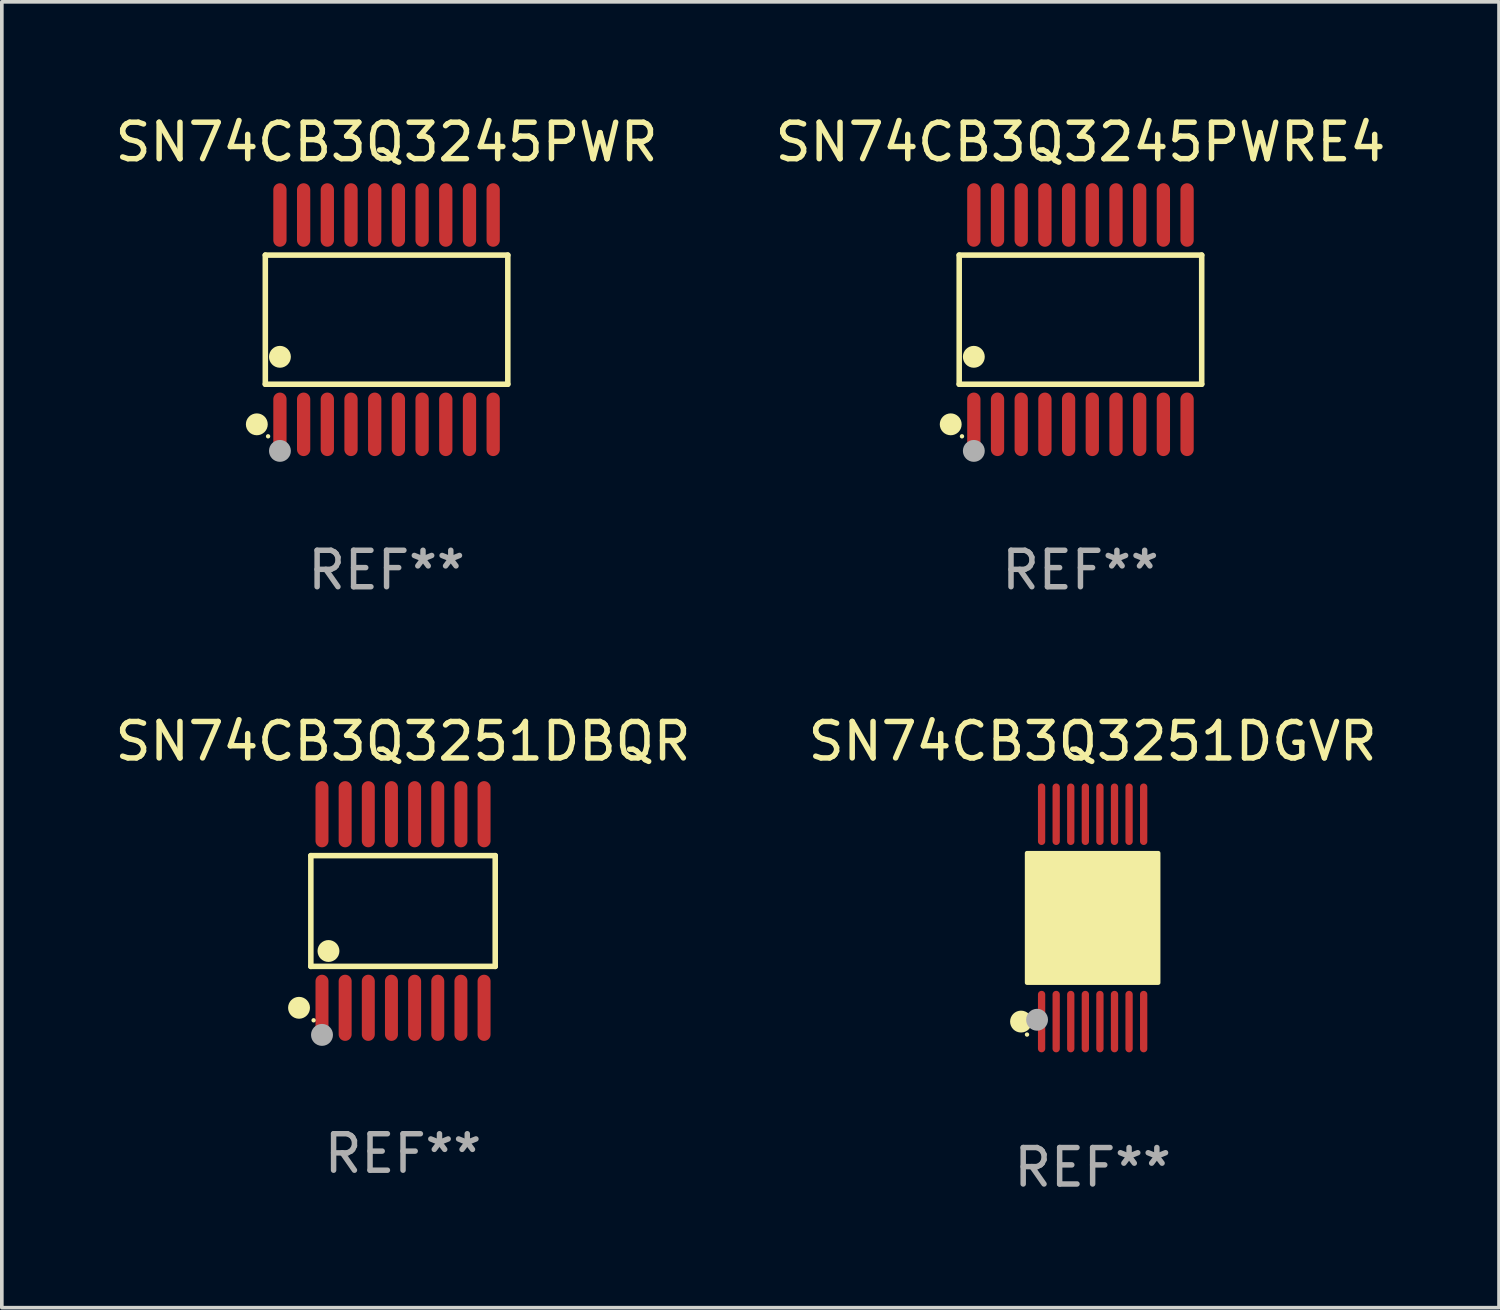
<source format=kicad_pcb>
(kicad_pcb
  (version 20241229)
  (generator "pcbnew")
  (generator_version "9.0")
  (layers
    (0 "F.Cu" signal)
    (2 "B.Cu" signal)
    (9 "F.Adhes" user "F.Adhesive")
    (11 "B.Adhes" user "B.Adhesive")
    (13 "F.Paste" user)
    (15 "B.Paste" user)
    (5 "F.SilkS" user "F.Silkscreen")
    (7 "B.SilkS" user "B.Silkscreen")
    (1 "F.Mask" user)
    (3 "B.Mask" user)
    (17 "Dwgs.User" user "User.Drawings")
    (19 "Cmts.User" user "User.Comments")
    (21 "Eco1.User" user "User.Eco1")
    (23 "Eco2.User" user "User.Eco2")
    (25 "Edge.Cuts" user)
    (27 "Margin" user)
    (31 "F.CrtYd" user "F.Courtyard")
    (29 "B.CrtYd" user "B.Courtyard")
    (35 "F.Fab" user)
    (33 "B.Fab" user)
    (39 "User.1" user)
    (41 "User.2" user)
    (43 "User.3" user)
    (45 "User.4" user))
  (footprint "SN74CB3Q3245PWR"
    (layer "F.Cu")
    (at 7.554 5.719)
    (property "Reference" "SN74CB3Q3245PWR" (at 0 -4.871 0) (layer "F.SilkS") (effects (font (size 1 1) (thickness 0.15))))
    (attr through_hole)
    (fp_line (start -3.326 -1.771) (end 3.326 -1.771) (stroke (width 0.152) (type solid)) (layer "F.SilkS"))
    (fp_line (start -3.326 1.771) (end -3.326 -1.771) (stroke (width 0.152) (type solid)) (layer "F.SilkS"))
    (fp_line (start 3.326 -1.771) (end 3.326 1.771) (stroke (width 0.152) (type solid)) (layer "F.SilkS"))
    (fp_line (start 3.326 1.771) (end -3.326 1.771) (stroke (width 0.152) (type solid)) (layer "F.SilkS"))
    (fp_circle (center -3.559 2.871) (end -3.409 2.871) (stroke (width 0.3) (type solid)) (fill no) (layer "F.SilkS"))
    (fp_circle (center -3.25 3.2) (end -3.22 3.2) (stroke (width 0.06) (type solid)) (fill no) (layer "F.SilkS"))
    (fp_circle (center -2.925 1.019) (end -2.775 1.019) (stroke (width 0.3) (type solid)) (fill no) (layer "F.SilkS"))
    (fp_circle (center -2.925 3.6) (end -2.775 3.6) (stroke (width 0.3) (type solid)) (fill no) (layer "F.Fab"))
    (fp_text user "REF**" (at 0 6.871 0) (layer "F.Fab") (effects (font (size 1 1) (thickness 0.15))))
    (pad "1" smd oval (at -2.925 2.871) (size 0.364 1.742) (layers "F.Cu" "F.Mask" "F.Paste"))
    (pad "2" smd oval (at -2.275 2.871) (size 0.364 1.742) (layers "F.Cu" "F.Mask" "F.Paste"))
    (pad "3" smd oval (at -1.625 2.871) (size 0.364 1.742) (layers "F.Cu" "F.Mask" "F.Paste"))
    (pad "4" smd oval (at -0.975 2.871) (size 0.364 1.742) (layers "F.Cu" "F.Mask" "F.Paste"))
    (pad "5" smd oval (at -0.325 2.871) (size 0.364 1.742) (layers "F.Cu" "F.Mask" "F.Paste"))
    (pad "6" smd oval (at 0.325 2.871) (size 0.364 1.742) (layers "F.Cu" "F.Mask" "F.Paste"))
    (pad "7" smd oval (at 0.975 2.871) (size 0.364 1.742) (layers "F.Cu" "F.Mask" "F.Paste"))
    (pad "8" smd oval (at 1.625 2.871) (size 0.364 1.742) (layers "F.Cu" "F.Mask" "F.Paste"))
    (pad "9" smd oval (at 2.275 2.871) (size 0.364 1.742) (layers "F.Cu" "F.Mask" "F.Paste"))
    (pad "10" smd oval (at 2.925 2.871) (size 0.364 1.742) (layers "F.Cu" "F.Mask" "F.Paste"))
    (pad "11" smd oval (at 2.925 -2.871) (size 0.364 1.742) (layers "F.Cu" "F.Mask" "F.Paste"))
    (pad "12" smd oval (at 2.275 -2.871) (size 0.364 1.742) (layers "F.Cu" "F.Mask" "F.Paste"))
    (pad "13" smd oval (at 1.625 -2.871) (size 0.364 1.742) (layers "F.Cu" "F.Mask" "F.Paste"))
    (pad "14" smd oval (at 0.975 -2.871) (size 0.364 1.742) (layers "F.Cu" "F.Mask" "F.Paste"))
    (pad "15" smd oval (at 0.325 -2.871) (size 0.364 1.742) (layers "F.Cu" "F.Mask" "F.Paste"))
    (pad "16" smd oval (at -0.325 -2.871) (size 0.364 1.742) (layers "F.Cu" "F.Mask" "F.Paste"))
    (pad "17" smd oval (at -0.975 -2.871) (size 0.364 1.742) (layers "F.Cu" "F.Mask" "F.Paste"))
    (pad "18" smd oval (at -1.625 -2.871) (size 0.364 1.742) (layers "F.Cu" "F.Mask" "F.Paste"))
    (pad "19" smd oval (at -2.275 -2.871) (size 0.364 1.742) (layers "F.Cu" "F.Mask" "F.Paste"))
    (pad "20" smd oval (at -2.925 -2.871) (size 0.364 1.742) (layers "F.Cu" "F.Mask" "F.Paste")))
  (footprint "SN74CB3Q3251DGVR"
    (layer "F.Cu")
    (at 26.923 22.13)
    (property "Reference" "SN74CB3Q3251DGVR" (at 0 -4.844 0) (layer "F.SilkS") (effects (font (size 1 1) (thickness 0.15))))
    (attr through_hole)
    (fp_circle (center -1.964 2.844) (end -1.814 2.844) (stroke (width 0.3) (type solid)) (fill no) (layer "F.SilkS"))
    (fp_circle (center -1.8 3.2) (end -1.77 3.2) (stroke (width 0.06) (type solid)) (fill no) (layer "F.SilkS"))
    (fp_circle (center -1.4 1.019) (end -1.25 1.019) (stroke (width 0.3) (type solid)) (fill no) (layer "F.SilkS"))
    (fp_poly (pts (xy -1.8 -1.778) (xy 1.8 -1.778) (xy 1.8 1.778) (xy -1.8 1.778)) (stroke (width 0.12) (type solid)) (fill yes) (layer "F.SilkS"))
    (fp_circle (center -1.524 2.794) (end -1.374 2.794) (stroke (width 0.3) (type solid)) (fill no) (layer "F.Fab"))
    (fp_text user "REF**" (at 0 6.844 0) (layer "F.Fab") (effects (font (size 1 1) (thickness 0.15))))
    (pad "1" smd oval (at -1.4 2.844) (size 0.2 1.687) (layers "F.Cu" "F.Mask" "F.Paste"))
    (pad "2" smd oval (at -1 2.844) (size 0.2 1.687) (layers "F.Cu" "F.Mask" "F.Paste"))
    (pad "3" smd oval (at -0.6 2.844) (size 0.2 1.687) (layers "F.Cu" "F.Mask" "F.Paste"))
    (pad "4" smd oval (at -0.2 2.844) (size 0.2 1.687) (layers "F.Cu" "F.Mask" "F.Paste"))
    (pad "5" smd oval (at 0.2 2.844) (size 0.2 1.687) (layers "F.Cu" "F.Mask" "F.Paste"))
    (pad "6" smd oval (at 0.6 2.844) (size 0.2 1.687) (layers "F.Cu" "F.Mask" "F.Paste"))
    (pad "7" smd oval (at 1 2.844) (size 0.2 1.687) (layers "F.Cu" "F.Mask" "F.Paste"))
    (pad "8" smd oval (at 1.4 2.844) (size 0.2 1.687) (layers "F.Cu" "F.Mask" "F.Paste"))
    (pad "9" smd oval (at 1.4 -2.844) (size 0.2 1.687) (layers "F.Cu" "F.Mask" "F.Paste"))
    (pad "10" smd oval (at 1 -2.844) (size 0.2 1.687) (layers "F.Cu" "F.Mask" "F.Paste"))
    (pad "11" smd oval (at 0.6 -2.844) (size 0.2 1.687) (layers "F.Cu" "F.Mask" "F.Paste"))
    (pad "12" smd oval (at 0.2 -2.844) (size 0.2 1.687) (layers "F.Cu" "F.Mask" "F.Paste"))
    (pad "13" smd oval (at -0.2 -2.844) (size 0.2 1.687) (layers "F.Cu" "F.Mask" "F.Paste"))
    (pad "14" smd oval (at -0.6 -2.844) (size 0.2 1.687) (layers "F.Cu" "F.Mask" "F.Paste"))
    (pad "15" smd oval (at -1 -2.844) (size 0.2 1.687) (layers "F.Cu" "F.Mask" "F.Paste"))
    (pad "16" smd oval (at -1.4 -2.844) (size 0.2 1.687) (layers "F.Cu" "F.Mask" "F.Paste")))
  (footprint "SN74CB3Q3245PWRE4"
    (layer "F.Cu")
    (at 26.589 5.719)
    (property "Reference" "SN74CB3Q3245PWRE4" (at 0 -4.871 0) (layer "F.SilkS") (effects (font (size 1 1) (thickness 0.15))))
    (attr through_hole)
    (fp_line (start -3.326 -1.771) (end 3.326 -1.771) (stroke (width 0.152) (type solid)) (layer "F.SilkS"))
    (fp_line (start -3.326 1.771) (end -3.326 -1.771) (stroke (width 0.152) (type solid)) (layer "F.SilkS"))
    (fp_line (start 3.326 -1.771) (end 3.326 1.771) (stroke (width 0.152) (type solid)) (layer "F.SilkS"))
    (fp_line (start 3.326 1.771) (end -3.326 1.771) (stroke (width 0.152) (type solid)) (layer "F.SilkS"))
    (fp_circle (center -3.559 2.871) (end -3.409 2.871) (stroke (width 0.3) (type solid)) (fill no) (layer "F.SilkS"))
    (fp_circle (center -3.25 3.2) (end -3.22 3.2) (stroke (width 0.06) (type solid)) (fill no) (layer "F.SilkS"))
    (fp_circle (center -2.925 1.019) (end -2.775 1.019) (stroke (width 0.3) (type solid)) (fill no) (layer "F.SilkS"))
    (fp_circle (center -2.925 3.6) (end -2.775 3.6) (stroke (width 0.3) (type solid)) (fill no) (layer "F.Fab"))
    (fp_text user "REF**" (at 0 6.871 0) (layer "F.Fab") (effects (font (size 1 1) (thickness 0.15))))
    (pad "1" smd oval (at -2.925 2.871) (size 0.364 1.742) (layers "F.Cu" "F.Mask" "F.Paste"))
    (pad "2" smd oval (at -2.275 2.871) (size 0.364 1.742) (layers "F.Cu" "F.Mask" "F.Paste"))
    (pad "3" smd oval (at -1.625 2.871) (size 0.364 1.742) (layers "F.Cu" "F.Mask" "F.Paste"))
    (pad "4" smd oval (at -0.975 2.871) (size 0.364 1.742) (layers "F.Cu" "F.Mask" "F.Paste"))
    (pad "5" smd oval (at -0.325 2.871) (size 0.364 1.742) (layers "F.Cu" "F.Mask" "F.Paste"))
    (pad "6" smd oval (at 0.325 2.871) (size 0.364 1.742) (layers "F.Cu" "F.Mask" "F.Paste"))
    (pad "7" smd oval (at 0.975 2.871) (size 0.364 1.742) (layers "F.Cu" "F.Mask" "F.Paste"))
    (pad "8" smd oval (at 1.625 2.871) (size 0.364 1.742) (layers "F.Cu" "F.Mask" "F.Paste"))
    (pad "9" smd oval (at 2.275 2.871) (size 0.364 1.742) (layers "F.Cu" "F.Mask" "F.Paste"))
    (pad "10" smd oval (at 2.925 2.871) (size 0.364 1.742) (layers "F.Cu" "F.Mask" "F.Paste"))
    (pad "11" smd oval (at 2.925 -2.871) (size 0.364 1.742) (layers "F.Cu" "F.Mask" "F.Paste"))
    (pad "12" smd oval (at 2.275 -2.871) (size 0.364 1.742) (layers "F.Cu" "F.Mask" "F.Paste"))
    (pad "13" smd oval (at 1.625 -2.871) (size 0.364 1.742) (layers "F.Cu" "F.Mask" "F.Paste"))
    (pad "14" smd oval (at 0.975 -2.871) (size 0.364 1.742) (layers "F.Cu" "F.Mask" "F.Paste"))
    (pad "15" smd oval (at 0.325 -2.871) (size 0.364 1.742) (layers "F.Cu" "F.Mask" "F.Paste"))
    (pad "16" smd oval (at -0.325 -2.871) (size 0.364 1.742) (layers "F.Cu" "F.Mask" "F.Paste"))
    (pad "17" smd oval (at -0.975 -2.871) (size 0.364 1.742) (layers "F.Cu" "F.Mask" "F.Paste"))
    (pad "18" smd oval (at -1.625 -2.871) (size 0.364 1.742) (layers "F.Cu" "F.Mask" "F.Paste"))
    (pad "19" smd oval (at -2.275 -2.871) (size 0.364 1.742) (layers "F.Cu" "F.Mask" "F.Paste"))
    (pad "20" smd oval (at -2.925 -2.871) (size 0.364 1.742) (layers "F.Cu" "F.Mask" "F.Paste")))
  (footprint "SN74CB3Q3251DBQR"
    (layer "F.Cu")
    (at 8.006 21.941)
    (property "Reference" "SN74CB3Q3251DBQR" (at 0 -4.655 0) (layer "F.SilkS") (effects (font (size 1 1) (thickness 0.15))))
    (attr through_hole)
    (fp_line (start -2.529 -1.519) (end 2.529 -1.519) (stroke (width 0.152) (type solid)) (layer "F.SilkS"))
    (fp_line (start -2.529 1.519) (end -2.529 -1.519) (stroke (width 0.152) (type solid)) (layer "F.SilkS"))
    (fp_line (start 2.529 -1.519) (end 2.529 1.519) (stroke (width 0.152) (type solid)) (layer "F.SilkS"))
    (fp_line (start 2.529 1.519) (end -2.529 1.519) (stroke (width 0.152) (type solid)) (layer "F.SilkS"))
    (fp_circle (center -2.853 2.655) (end -2.703 2.655) (stroke (width 0.3) (type solid)) (fill no) (layer "F.SilkS"))
    (fp_circle (center -2.453 2.998) (end -2.423 2.998) (stroke (width 0.06) (type solid)) (fill no) (layer "F.SilkS"))
    (fp_circle (center -2.045 1.097) (end -1.895 1.097) (stroke (width 0.3) (type solid)) (fill no) (layer "F.SilkS"))
    (fp_circle (center -2.223 3.398) (end -2.072 3.398) (stroke (width 0.3) (type solid)) (fill no) (layer "F.Fab"))
    (fp_text user "REF**" (at 0 6.655 0) (layer "F.Fab") (effects (font (size 1 1) (thickness 0.15))))
    (pad "1" smd oval (at -2.223 2.655) (size 0.356 1.815) (layers "F.Cu" "F.Mask" "F.Paste"))
    (pad "2" smd oval (at -1.588 2.655) (size 0.356 1.815) (layers "F.Cu" "F.Mask" "F.Paste"))
    (pad "3" smd oval (at -0.953 2.655) (size 0.356 1.815) (layers "F.Cu" "F.Mask" "F.Paste"))
    (pad "4" smd oval (at -0.318 2.655) (size 0.356 1.815) (layers "F.Cu" "F.Mask" "F.Paste"))
    (pad "5" smd oval (at 0.318 2.655) (size 0.356 1.815) (layers "F.Cu" "F.Mask" "F.Paste"))
    (pad "6" smd oval (at 0.953 2.655) (size 0.356 1.815) (layers "F.Cu" "F.Mask" "F.Paste"))
    (pad "7" smd oval (at 1.588 2.655) (size 0.356 1.815) (layers "F.Cu" "F.Mask" "F.Paste"))
    (pad "8" smd oval (at 2.223 2.655) (size 0.356 1.815) (layers "F.Cu" "F.Mask" "F.Paste"))
    (pad "9" smd oval (at 2.223 -2.655) (size 0.356 1.815) (layers "F.Cu" "F.Mask" "F.Paste"))
    (pad "10" smd oval (at 1.588 -2.655) (size 0.356 1.815) (layers "F.Cu" "F.Mask" "F.Paste"))
    (pad "11" smd oval (at 0.953 -2.655) (size 0.356 1.815) (layers "F.Cu" "F.Mask" "F.Paste"))
    (pad "12" smd oval (at 0.318 -2.655) (size 0.356 1.815) (layers "F.Cu" "F.Mask" "F.Paste"))
    (pad "13" smd oval (at -0.318 -2.655) (size 0.356 1.815) (layers "F.Cu" "F.Mask" "F.Paste"))
    (pad "14" smd oval (at -0.953 -2.655) (size 0.356 1.815) (layers "F.Cu" "F.Mask" "F.Paste"))
    (pad "15" smd oval (at -1.588 -2.655) (size 0.356 1.815) (layers "F.Cu" "F.Mask" "F.Paste"))
    (pad "16" smd oval (at -2.223 -2.655) (size 0.356 1.815) (layers "F.Cu" "F.Mask" "F.Paste")))
  (gr_rect
    (start -3 -3)
    (end 38.071 32.822)
    (stroke (width 0.1) (type default))
    (fill no)
    (layer "Edge.Cuts")))
</source>
